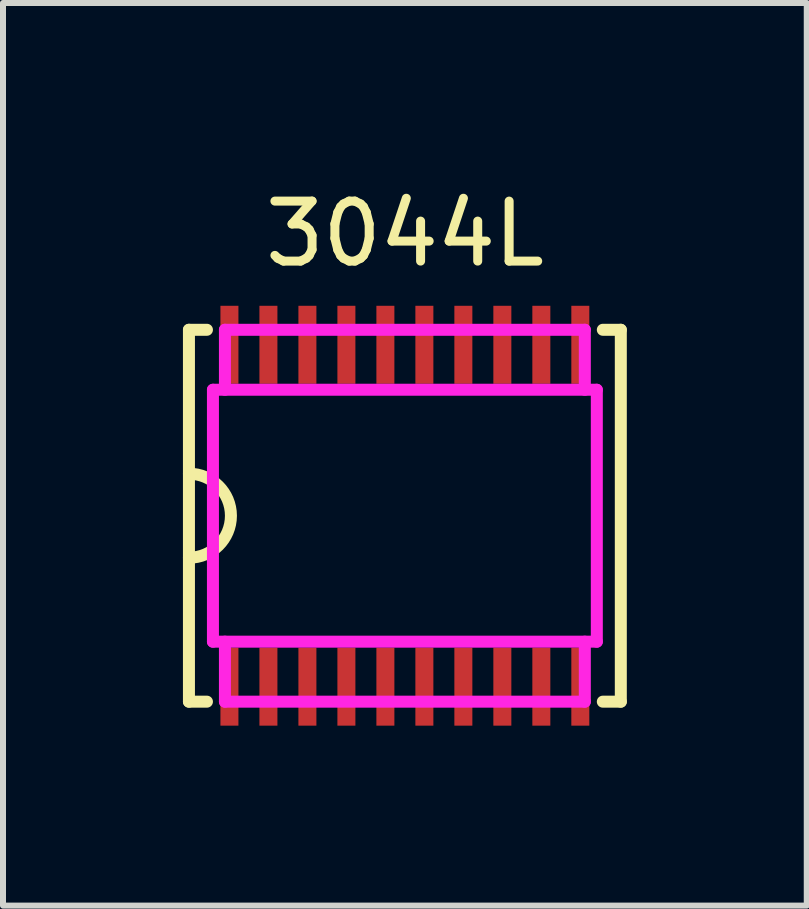
<source format=kicad_pcb>
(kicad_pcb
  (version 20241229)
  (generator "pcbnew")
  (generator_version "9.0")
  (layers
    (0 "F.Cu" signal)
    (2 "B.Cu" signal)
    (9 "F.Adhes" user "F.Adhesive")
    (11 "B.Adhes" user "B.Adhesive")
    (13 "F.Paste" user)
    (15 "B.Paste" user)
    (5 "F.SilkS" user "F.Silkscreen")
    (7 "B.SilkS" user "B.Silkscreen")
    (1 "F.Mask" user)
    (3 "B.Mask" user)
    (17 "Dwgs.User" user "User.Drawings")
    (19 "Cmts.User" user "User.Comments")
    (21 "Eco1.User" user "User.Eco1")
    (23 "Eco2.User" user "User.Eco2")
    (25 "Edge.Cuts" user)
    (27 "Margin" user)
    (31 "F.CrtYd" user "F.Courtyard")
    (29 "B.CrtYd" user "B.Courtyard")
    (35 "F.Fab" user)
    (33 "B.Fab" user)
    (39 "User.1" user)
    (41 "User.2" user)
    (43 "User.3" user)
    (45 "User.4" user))
  (footprint "3044L"
    (layer "F.Cu")
    (at 3.7 5.548)
    (property "Reference" "3044L" (at 0 -4.7 0) (layer "F.SilkS") (effects (font (size 1 1) (thickness 0.15))))
    (attr through_hole)
    (fp_line (start -3.6 -3.1) (end -3.6 3.1) (stroke (width 0.2) (type solid)) (layer "F.SilkS"))
    (fp_line (start -3.6 3.1) (end -3.3 3.1) (stroke (width 0.2) (type solid)) (layer "F.SilkS"))
    (fp_line (start -3.3 -3.1) (end -3.6 -3.1) (stroke (width 0.2) (type solid)) (layer "F.SilkS"))
    (fp_line (start 3.3 -3.1) (end 3.6 -3.1) (stroke (width 0.2) (type solid)) (layer "F.SilkS"))
    (fp_line (start 3.6 -3.1) (end 3.6 3.1) (stroke (width 0.2) (type solid)) (layer "F.SilkS"))
    (fp_line (start 3.6 3.1) (end 3.3 3.1) (stroke (width 0.2) (type solid)) (layer "F.SilkS"))
    (fp_arc (start -3.6 -0.7) (mid -2.9 0) (end -3.6 0.7) (stroke (width 0.2) (type solid)) (layer "F.SilkS"))
    (fp_line (start -2.925 -3.125) (end -2.925 -3.35) (stroke (width 0.28) (type solid)) (layer "F.Paste"))
    (fp_line (start -2.925 -3.125) (end -2.925 -2.575) (stroke (width 0.16) (type solid)) (layer "F.Paste"))
    (fp_line (start -2.925 -2.35) (end -2.925 -2.575) (stroke (width 0.28) (type solid)) (layer "F.Paste"))
    (fp_line (start -2.925 2.575) (end -2.925 2.35) (stroke (width 0.28) (type solid)) (layer "F.Paste"))
    (fp_line (start -2.925 2.575) (end -2.925 3.125) (stroke (width 0.16) (type solid)) (layer "F.Paste"))
    (fp_line (start -2.925 3.35) (end -2.925 3.125) (stroke (width 0.28) (type solid)) (layer "F.Paste"))
    (fp_line (start -2.275 -3.125) (end -2.275 -3.35) (stroke (width 0.28) (type solid)) (layer "F.Paste"))
    (fp_line (start -2.275 -3.125) (end -2.275 -2.575) (stroke (width 0.16) (type solid)) (layer "F.Paste"))
    (fp_line (start -2.275 -2.35) (end -2.275 -2.575) (stroke (width 0.28) (type solid)) (layer "F.Paste"))
    (fp_line (start -2.275 2.575) (end -2.275 2.35) (stroke (width 0.28) (type solid)) (layer "F.Paste"))
    (fp_line (start -2.275 2.575) (end -2.275 3.125) (stroke (width 0.16) (type solid)) (layer "F.Paste"))
    (fp_line (start -2.275 3.35) (end -2.275 3.125) (stroke (width 0.28) (type solid)) (layer "F.Paste"))
    (fp_line (start -1.625 -3.125) (end -1.625 -3.35) (stroke (width 0.28) (type solid)) (layer "F.Paste"))
    (fp_line (start -1.625 -3.125) (end -1.625 -2.575) (stroke (width 0.16) (type solid)) (layer "F.Paste"))
    (fp_line (start -1.625 -2.35) (end -1.625 -2.575) (stroke (width 0.28) (type solid)) (layer "F.Paste"))
    (fp_line (start -1.625 2.575) (end -1.625 2.35) (stroke (width 0.28) (type solid)) (layer "F.Paste"))
    (fp_line (start -1.625 2.575) (end -1.625 3.125) (stroke (width 0.16) (type solid)) (layer "F.Paste"))
    (fp_line (start -1.625 3.35) (end -1.625 3.125) (stroke (width 0.28) (type solid)) (layer "F.Paste"))
    (fp_line (start -0.975 -3.125) (end -0.975 -3.35) (stroke (width 0.28) (type solid)) (layer "F.Paste"))
    (fp_line (start -0.975 -3.125) (end -0.975 -2.575) (stroke (width 0.16) (type solid)) (layer "F.Paste"))
    (fp_line (start -0.975 -2.35) (end -0.975 -2.575) (stroke (width 0.28) (type solid)) (layer "F.Paste"))
    (fp_line (start -0.975 2.575) (end -0.975 2.35) (stroke (width 0.28) (type solid)) (layer "F.Paste"))
    (fp_line (start -0.975 2.575) (end -0.975 3.125) (stroke (width 0.16) (type solid)) (layer "F.Paste"))
    (fp_line (start -0.975 3.35) (end -0.975 3.125) (stroke (width 0.28) (type solid)) (layer "F.Paste"))
    (fp_line (start -0.325 -3.125) (end -0.325 -3.35) (stroke (width 0.28) (type solid)) (layer "F.Paste"))
    (fp_line (start -0.325 -3.125) (end -0.325 -2.575) (stroke (width 0.16) (type solid)) (layer "F.Paste"))
    (fp_line (start -0.325 -2.35) (end -0.325 -2.575) (stroke (width 0.28) (type solid)) (layer "F.Paste"))
    (fp_line (start -0.325 2.575) (end -0.325 2.35) (stroke (width 0.28) (type solid)) (layer "F.Paste"))
    (fp_line (start -0.325 2.575) (end -0.325 3.125) (stroke (width 0.16) (type solid)) (layer "F.Paste"))
    (fp_line (start -0.325 3.35) (end -0.325 3.125) (stroke (width 0.28) (type solid)) (layer "F.Paste"))
    (fp_line (start 0.325 -3.125) (end 0.325 -3.35) (stroke (width 0.28) (type solid)) (layer "F.Paste"))
    (fp_line (start 0.325 -3.125) (end 0.325 -2.575) (stroke (width 0.16) (type solid)) (layer "F.Paste"))
    (fp_line (start 0.325 -2.35) (end 0.325 -2.575) (stroke (width 0.28) (type solid)) (layer "F.Paste"))
    (fp_line (start 0.325 2.575) (end 0.325 2.35) (stroke (width 0.28) (type solid)) (layer "F.Paste"))
    (fp_line (start 0.325 2.575) (end 0.325 3.125) (stroke (width 0.16) (type solid)) (layer "F.Paste"))
    (fp_line (start 0.325 3.35) (end 0.325 3.125) (stroke (width 0.28) (type solid)) (layer "F.Paste"))
    (fp_line (start 0.975 -3.125) (end 0.975 -3.35) (stroke (width 0.28) (type solid)) (layer "F.Paste"))
    (fp_line (start 0.975 -3.125) (end 0.975 -2.575) (stroke (width 0.16) (type solid)) (layer "F.Paste"))
    (fp_line (start 0.975 -2.35) (end 0.975 -2.575) (stroke (width 0.28) (type solid)) (layer "F.Paste"))
    (fp_line (start 0.975 2.575) (end 0.975 2.35) (stroke (width 0.28) (type solid)) (layer "F.Paste"))
    (fp_line (start 0.975 2.575) (end 0.975 3.125) (stroke (width 0.16) (type solid)) (layer "F.Paste"))
    (fp_line (start 0.975 3.35) (end 0.975 3.125) (stroke (width 0.28) (type solid)) (layer "F.Paste"))
    (fp_line (start 1.625 -3.125) (end 1.625 -3.35) (stroke (width 0.28) (type solid)) (layer "F.Paste"))
    (fp_line (start 1.625 -3.125) (end 1.625 -2.575) (stroke (width 0.16) (type solid)) (layer "F.Paste"))
    (fp_line (start 1.625 -2.35) (end 1.625 -2.575) (stroke (width 0.28) (type solid)) (layer "F.Paste"))
    (fp_line (start 1.625 2.575) (end 1.625 2.35) (stroke (width 0.28) (type solid)) (layer "F.Paste"))
    (fp_line (start 1.625 2.575) (end 1.625 3.125) (stroke (width 0.16) (type solid)) (layer "F.Paste"))
    (fp_line (start 1.625 3.35) (end 1.625 3.125) (stroke (width 0.28) (type solid)) (layer "F.Paste"))
    (fp_line (start 2.275 -3.125) (end 2.275 -3.35) (stroke (width 0.28) (type solid)) (layer "F.Paste"))
    (fp_line (start 2.275 -3.125) (end 2.275 -2.575) (stroke (width 0.16) (type solid)) (layer "F.Paste"))
    (fp_line (start 2.275 -2.35) (end 2.275 -2.575) (stroke (width 0.28) (type solid)) (layer "F.Paste"))
    (fp_line (start 2.275 2.575) (end 2.275 2.35) (stroke (width 0.28) (type solid)) (layer "F.Paste"))
    (fp_line (start 2.275 2.575) (end 2.275 3.125) (stroke (width 0.16) (type solid)) (layer "F.Paste"))
    (fp_line (start 2.275 3.35) (end 2.275 3.125) (stroke (width 0.28) (type solid)) (layer "F.Paste"))
    (fp_line (start 2.925 -3.125) (end 2.925 -3.35) (stroke (width 0.28) (type solid)) (layer "F.Paste"))
    (fp_line (start 2.925 -3.125) (end 2.925 -2.575) (stroke (width 0.16) (type solid)) (layer "F.Paste"))
    (fp_line (start 2.925 -2.35) (end 2.925 -2.575) (stroke (width 0.28) (type solid)) (layer "F.Paste"))
    (fp_line (start 2.925 2.575) (end 2.925 2.35) (stroke (width 0.28) (type solid)) (layer "F.Paste"))
    (fp_line (start 2.925 2.575) (end 2.925 3.125) (stroke (width 0.16) (type solid)) (layer "F.Paste"))
    (fp_line (start 2.925 3.35) (end 2.925 3.125) (stroke (width 0.28) (type solid)) (layer "F.Paste"))
    (fp_line (start -3.2 -2.1) (end 3.2 -2.1) (stroke (width 0.2) (type solid)) (layer "F.CrtYd"))
    (fp_line (start -3.2 2.1) (end -3.2 -2.1) (stroke (width 0.2) (type solid)) (layer "F.CrtYd"))
    (fp_line (start -3 -3.1) (end 3 -3.1) (stroke (width 0.2) (type solid)) (layer "F.CrtYd"))
    (fp_line (start -3 -2.1) (end -3 -3.1) (stroke (width 0.2) (type solid)) (layer "F.CrtYd"))
    (fp_line (start -3 2.1) (end -3 3.1) (stroke (width 0.2) (type solid)) (layer "F.CrtYd"))
    (fp_line (start -3 3.1) (end 3 3.1) (stroke (width 0.2) (type solid)) (layer "F.CrtYd"))
    (fp_line (start 3 -3.1) (end 3 -2.1) (stroke (width 0.2) (type solid)) (layer "F.CrtYd"))
    (fp_line (start 3 3.1) (end 3 2.1) (stroke (width 0.2) (type solid)) (layer "F.CrtYd"))
    (fp_line (start 3.2 -2.1) (end 3.2 2.1) (stroke (width 0.2) (type solid)) (layer "F.CrtYd"))
    (fp_line (start 3.2 2.1) (end -3.2 2.1) (stroke (width 0.2) (type solid)) (layer "F.CrtYd"))
    (pad "1" smd rect (at -2.925 2.85) (size 0.3 1.3) (layers "F.Cu" "F.Mask"))
    (pad "2" smd rect (at -2.275 2.85) (size 0.3 1.3) (layers "F.Cu" "F.Mask"))
    (pad "3" smd rect (at -1.625 2.85) (size 0.3 1.3) (layers "F.Cu" "F.Mask"))
    (pad "4" smd rect (at -0.975 2.85) (size 0.3 1.3) (layers "F.Cu" "F.Mask"))
    (pad "5" smd rect (at -0.325 2.85) (size 0.3 1.3) (layers "F.Cu" "F.Mask"))
    (pad "6" smd rect (at 0.325 2.85) (size 0.3 1.3) (layers "F.Cu" "F.Mask"))
    (pad "7" smd rect (at 0.975 2.85) (size 0.3 1.3) (layers "F.Cu" "F.Mask"))
    (pad "8" smd rect (at 1.625 2.85) (size 0.3 1.3) (layers "F.Cu" "F.Mask"))
    (pad "9" smd rect (at 2.275 2.85) (size 0.3 1.3) (layers "F.Cu" "F.Mask"))
    (pad "10" smd rect (at 2.925 2.85) (size 0.3 1.3) (layers "F.Cu" "F.Mask"))
    (pad "11" smd rect (at 2.925 -2.85) (size 0.3 1.3) (layers "F.Cu" "F.Mask"))
    (pad "12" smd rect (at 2.275 -2.85) (size 0.3 1.3) (layers "F.Cu" "F.Mask"))
    (pad "13" smd rect (at 1.625 -2.85) (size 0.3 1.3) (layers "F.Cu" "F.Mask"))
    (pad "14" smd rect (at 0.975 -2.85) (size 0.3 1.3) (layers "F.Cu" "F.Mask"))
    (pad "15" smd rect (at 0.325 -2.85) (size 0.3 1.3) (layers "F.Cu" "F.Mask"))
    (pad "16" smd rect (at -0.325 -2.85) (size 0.3 1.3) (layers "F.Cu" "F.Mask"))
    (pad "17" smd rect (at -0.975 -2.85) (size 0.3 1.3) (layers "F.Cu" "F.Mask"))
    (pad "18" smd rect (at -1.625 -2.85) (size 0.3 1.3) (layers "F.Cu" "F.Mask"))
    (pad "19" smd rect (at -2.275 -2.85) (size 0.3 1.3) (layers "F.Cu" "F.Mask"))
    (pad "20" smd rect (at -2.925 -2.85) (size 0.3 1.3) (layers "F.Cu" "F.Mask")))
  (gr_rect
    (start -3 -3)
    (end 10.4 12.048)
    (stroke (width 0.1) (type default))
    (fill no)
    (layer "Edge.Cuts")))
</source>
